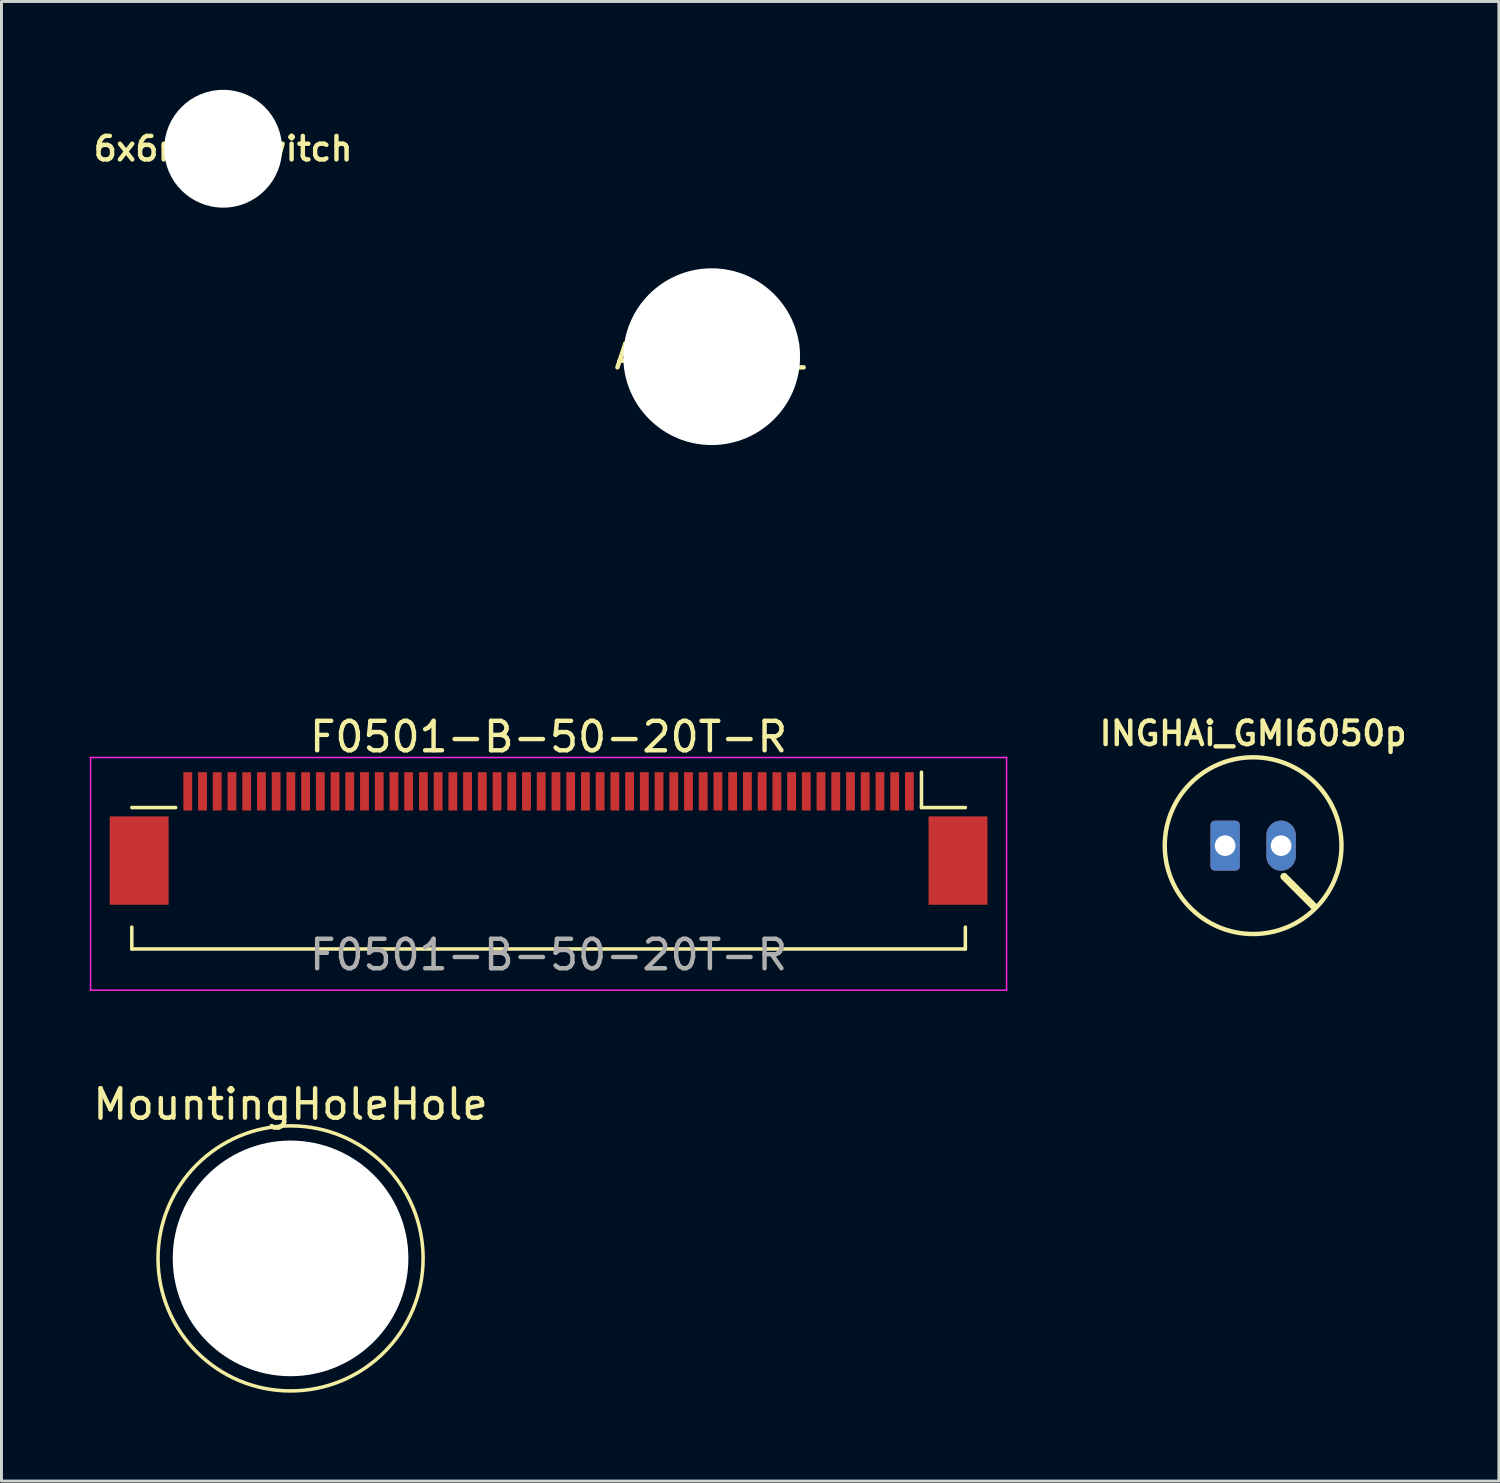
<source format=kicad_pcb>
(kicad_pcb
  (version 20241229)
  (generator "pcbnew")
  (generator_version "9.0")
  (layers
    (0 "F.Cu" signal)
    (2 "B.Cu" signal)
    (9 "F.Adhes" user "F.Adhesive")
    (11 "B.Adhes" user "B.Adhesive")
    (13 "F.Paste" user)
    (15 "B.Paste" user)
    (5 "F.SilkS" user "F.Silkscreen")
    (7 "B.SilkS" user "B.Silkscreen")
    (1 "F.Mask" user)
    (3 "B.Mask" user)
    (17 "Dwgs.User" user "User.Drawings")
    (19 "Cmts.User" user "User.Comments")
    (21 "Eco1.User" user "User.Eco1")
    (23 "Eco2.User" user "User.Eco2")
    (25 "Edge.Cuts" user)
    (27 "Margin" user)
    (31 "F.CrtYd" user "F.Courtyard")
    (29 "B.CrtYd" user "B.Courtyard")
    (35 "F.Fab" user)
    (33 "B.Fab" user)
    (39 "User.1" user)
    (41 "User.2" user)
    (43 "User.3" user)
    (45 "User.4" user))
  (footprint "MountingHoleHole"
    (layer "F.Cu")
    (at 6.815 39.674)
    (property "Reference" "MountingHoleHole" (at 0 -5.232 0) (layer "F.SilkS") (effects (font (size 1 1) (thickness 0.15))))
    (attr through_hole)
    (fp_circle (center 0 0) (end 4.5 0) (stroke (width 0.12) (type solid)) (fill no) (layer "F.SilkS"))
    (pad "" np_thru_hole circle (at 0 0) (size 8 8) (drill 8) (layers "*.Cu" "*.Mask")))
  (footprint "INGHAi_GMI6050p"
    (layer "F.Cu")
    (at 39.495 25.661)
    (property "Reference" "INGHAi_GMI6050p" (at 0 -3.81 0) (layer "F.SilkS") (effects (font (size 0.8 0.8) (thickness 0.15))))
    (attr through_hole)
    (fp_line (start 1.05 1.05) (end 2.05 2.05) (stroke (width 0.25) (type solid)) (layer "F.SilkS"))
    (fp_circle (center 0 0) (end 0 -3) (stroke (width 0.15) (type solid)) (fill no) (layer "F.SilkS"))
    (pad "1" thru_hole roundrect (at -0.95 0) (size 1 1.7) (drill 0.7) (layers "*.Cu" "*.Mask") (roundrect_rratio 0.15))
    (pad "2" thru_hole oval (at 0.95 0) (size 1 1.7) (drill 0.7) (layers "*.Cu" "*.Mask")))
  (footprint "ALPS_EC11"
    (layer "F.Cu")
    (at 21.112 9.06)
    (property "Reference" "ALPS_EC11" (at 0 0 0) (layer "F.SilkS") (effects (font (size 0.8 0.8) (thickness 0.15))))
    (attr through_hole)
    (fp_circle (center 0 0) (end 9 0) (stroke (width 0.12) (type solid)) (fill no) (layer "Eco1.User"))
    (pad "" np_thru_hole circle (at 0 0) (size 6 6) (drill 6) (layers "*.Cu" "*.Mask")))
  (footprint "6x6mm_Switch"
    (layer "F.Cu")
    (at 4.526 2)
    (property "Reference" "6x6mm_Switch" (at 0 0 0) (layer "F.SilkS") (effects (font (size 0.8 0.8) (thickness 0.15))))
    (attr through_hole)
    (pad "" np_thru_hole circle (at 0 0) (size 4 4) (drill 4) (layers "*.Cu" "*.Mask")))
  (footprint "F0501-B-50-20T-R"
    (layer "F.Cu")
    (at 15.575 24.468)
    (property "Reference" "F0501-B-50-20T-R" (at 0 -2.5 0) (layer "F.SilkS") (effects (font (size 1 1) (thickness 0.15))))
    (attr smd)
    (fp_line (start -14.15 4.7) (end -14.15 3.96) (stroke (width 0.12) (type solid)) (layer "F.SilkS"))
    (fp_line (start -12.66 -0.1) (end -14.15 -0.1) (stroke (width 0.12) (type solid)) (layer "F.SilkS"))
    (fp_line (start 12.66 -0.1) (end 12.66 -1.3) (stroke (width 0.12) (type solid)) (layer "F.SilkS"))
    (fp_line (start 12.66 -0.1) (end 14.15 -0.1) (stroke (width 0.12) (type solid)) (layer "F.SilkS"))
    (fp_line (start 14.15 3.96) (end 14.15 4.7) (stroke (width 0.12) (type solid)) (layer "F.SilkS"))
    (fp_line (start 14.15 4.7) (end -14.15 4.7) (stroke (width 0.12) (type solid)) (layer "F.SilkS"))
    (fp_line (start -15.55 -1.8) (end 15.55 -1.8) (stroke (width 0.05) (type solid)) (layer "F.CrtYd"))
    (fp_line (start -15.55 6.1) (end -15.55 -1.8) (stroke (width 0.05) (type solid)) (layer "F.CrtYd"))
    (fp_line (start 15.55 -1.8) (end 15.55 6.1) (stroke (width 0.05) (type solid)) (layer "F.CrtYd"))
    (fp_line (start 15.55 6.1) (end -15.55 6.1) (stroke (width 0.05) (type solid)) (layer "F.CrtYd"))
    (fp_text user "${REFERENCE}" (at 0 4.9 0) (layer "F.Fab") (effects (font (size 1 1) (thickness 0.15))))
    (pad "1" smd rect (at 12.25 -0.65) (size 0.3 1.3) (layers "F.Cu" "F.Mask" "F.Paste"))
    (pad "2" smd rect (at 11.75 -0.65) (size 0.3 1.3) (layers "F.Cu" "F.Mask" "F.Paste"))
    (pad "3" smd rect (at 11.25 -0.65) (size 0.3 1.3) (layers "F.Cu" "F.Mask" "F.Paste"))
    (pad "4" smd rect (at 10.75 -0.65) (size 0.3 1.3) (layers "F.Cu" "F.Mask" "F.Paste"))
    (pad "5" smd rect (at 10.25 -0.65) (size 0.3 1.3) (layers "F.Cu" "F.Mask" "F.Paste"))
    (pad "6" smd rect (at 9.75 -0.65) (size 0.3 1.3) (layers "F.Cu" "F.Mask" "F.Paste"))
    (pad "7" smd rect (at 9.25 -0.65) (size 0.3 1.3) (layers "F.Cu" "F.Mask" "F.Paste"))
    (pad "8" smd rect (at 8.75 -0.65) (size 0.3 1.3) (layers "F.Cu" "F.Mask" "F.Paste"))
    (pad "9" smd rect (at 8.25 -0.65) (size 0.3 1.3) (layers "F.Cu" "F.Mask" "F.Paste"))
    (pad "10" smd rect (at 7.75 -0.65) (size 0.3 1.3) (layers "F.Cu" "F.Mask" "F.Paste"))
    (pad "11" smd rect (at 7.25 -0.65) (size 0.3 1.3) (layers "F.Cu" "F.Mask" "F.Paste"))
    (pad "12" smd rect (at 6.75 -0.65) (size 0.3 1.3) (layers "F.Cu" "F.Mask" "F.Paste"))
    (pad "13" smd rect (at 6.25 -0.65) (size 0.3 1.3) (layers "F.Cu" "F.Mask" "F.Paste"))
    (pad "14" smd rect (at 5.75 -0.65) (size 0.3 1.3) (layers "F.Cu" "F.Mask" "F.Paste"))
    (pad "15" smd rect (at 5.25 -0.65) (size 0.3 1.3) (layers "F.Cu" "F.Mask" "F.Paste"))
    (pad "16" smd rect (at 4.75 -0.65) (size 0.3 1.3) (layers "F.Cu" "F.Mask" "F.Paste"))
    (pad "17" smd rect (at 4.25 -0.65) (size 0.3 1.3) (layers "F.Cu" "F.Mask" "F.Paste"))
    (pad "18" smd rect (at 3.75 -0.65) (size 0.3 1.3) (layers "F.Cu" "F.Mask" "F.Paste"))
    (pad "19" smd rect (at 3.25 -0.65) (size 0.3 1.3) (layers "F.Cu" "F.Mask" "F.Paste"))
    (pad "20" smd rect (at 2.75 -0.65) (size 0.3 1.3) (layers "F.Cu" "F.Mask" "F.Paste"))
    (pad "21" smd rect (at 2.25 -0.65) (size 0.3 1.3) (layers "F.Cu" "F.Mask" "F.Paste"))
    (pad "22" smd rect (at 1.75 -0.65) (size 0.3 1.3) (layers "F.Cu" "F.Mask" "F.Paste"))
    (pad "23" smd rect (at 1.25 -0.65) (size 0.3 1.3) (layers "F.Cu" "F.Mask" "F.Paste"))
    (pad "24" smd rect (at 0.75 -0.65) (size 0.3 1.3) (layers "F.Cu" "F.Mask" "F.Paste"))
    (pad "25" smd rect (at 0.25 -0.65) (size 0.3 1.3) (layers "F.Cu" "F.Mask" "F.Paste"))
    (pad "26" smd rect (at -0.25 -0.65) (size 0.3 1.3) (layers "F.Cu" "F.Mask" "F.Paste"))
    (pad "27" smd rect (at -0.75 -0.65) (size 0.3 1.3) (layers "F.Cu" "F.Mask" "F.Paste"))
    (pad "28" smd rect (at -1.25 -0.65) (size 0.3 1.3) (layers "F.Cu" "F.Mask" "F.Paste"))
    (pad "29" smd rect (at -1.75 -0.65) (size 0.3 1.3) (layers "F.Cu" "F.Mask" "F.Paste"))
    (pad "30" smd rect (at -2.25 -0.65) (size 0.3 1.3) (layers "F.Cu" "F.Mask" "F.Paste"))
    (pad "31" smd rect (at -2.75 -0.65) (size 0.3 1.3) (layers "F.Cu" "F.Mask" "F.Paste"))
    (pad "32" smd rect (at -3.25 -0.65) (size 0.3 1.3) (layers "F.Cu" "F.Mask" "F.Paste"))
    (pad "33" smd rect (at -3.75 -0.65) (size 0.3 1.3) (layers "F.Cu" "F.Mask" "F.Paste"))
    (pad "34" smd rect (at -4.25 -0.65) (size 0.3 1.3) (layers "F.Cu" "F.Mask" "F.Paste"))
    (pad "35" smd rect (at -4.75 -0.65) (size 0.3 1.3) (layers "F.Cu" "F.Mask" "F.Paste"))
    (pad "36" smd rect (at -5.25 -0.65) (size 0.3 1.3) (layers "F.Cu" "F.Mask" "F.Paste"))
    (pad "37" smd rect (at -5.75 -0.65) (size 0.3 1.3) (layers "F.Cu" "F.Mask" "F.Paste"))
    (pad "38" smd rect (at -6.25 -0.65) (size 0.3 1.3) (layers "F.Cu" "F.Mask" "F.Paste"))
    (pad "39" smd rect (at -6.75 -0.65) (size 0.3 1.3) (layers "F.Cu" "F.Mask" "F.Paste"))
    (pad "40" smd rect (at -7.25 -0.65) (size 0.3 1.3) (layers "F.Cu" "F.Mask" "F.Paste"))
    (pad "41" smd rect (at -7.75 -0.65) (size 0.3 1.3) (layers "F.Cu" "F.Mask" "F.Paste"))
    (pad "42" smd rect (at -8.25 -0.65) (size 0.3 1.3) (layers "F.Cu" "F.Mask" "F.Paste"))
    (pad "43" smd rect (at -8.75 -0.65) (size 0.3 1.3) (layers "F.Cu" "F.Mask" "F.Paste"))
    (pad "44" smd rect (at -9.25 -0.65) (size 0.3 1.3) (layers "F.Cu" "F.Mask" "F.Paste"))
    (pad "45" smd rect (at -9.75 -0.65) (size 0.3 1.3) (layers "F.Cu" "F.Mask" "F.Paste"))
    (pad "46" smd rect (at -10.25 -0.65) (size 0.3 1.3) (layers "F.Cu" "F.Mask" "F.Paste"))
    (pad "47" smd rect (at -10.75 -0.65) (size 0.3 1.3) (layers "F.Cu" "F.Mask" "F.Paste"))
    (pad "48" smd rect (at -11.25 -0.65) (size 0.3 1.3) (layers "F.Cu" "F.Mask" "F.Paste"))
    (pad "49" smd rect (at -11.75 -0.65) (size 0.3 1.3) (layers "F.Cu" "F.Mask" "F.Paste"))
    (pad "50" smd rect (at -12.25 -0.65) (size 0.3 1.3) (layers "F.Cu" "F.Mask" "F.Paste"))
    (pad "MP" smd rect (at -13.9 1.7) (size 2 3) (layers "F.Cu" "F.Mask" "F.Paste"))
    (pad "MP" smd rect (at 13.9 1.7) (size 2 3) (layers "F.Cu" "F.Mask" "F.Paste")))
  (gr_rect
    (start -3 -3)
    (end 47.84 47.234)
    (stroke (width 0.1) (type default))
    (fill no)
    (layer "Edge.Cuts")))
</source>
